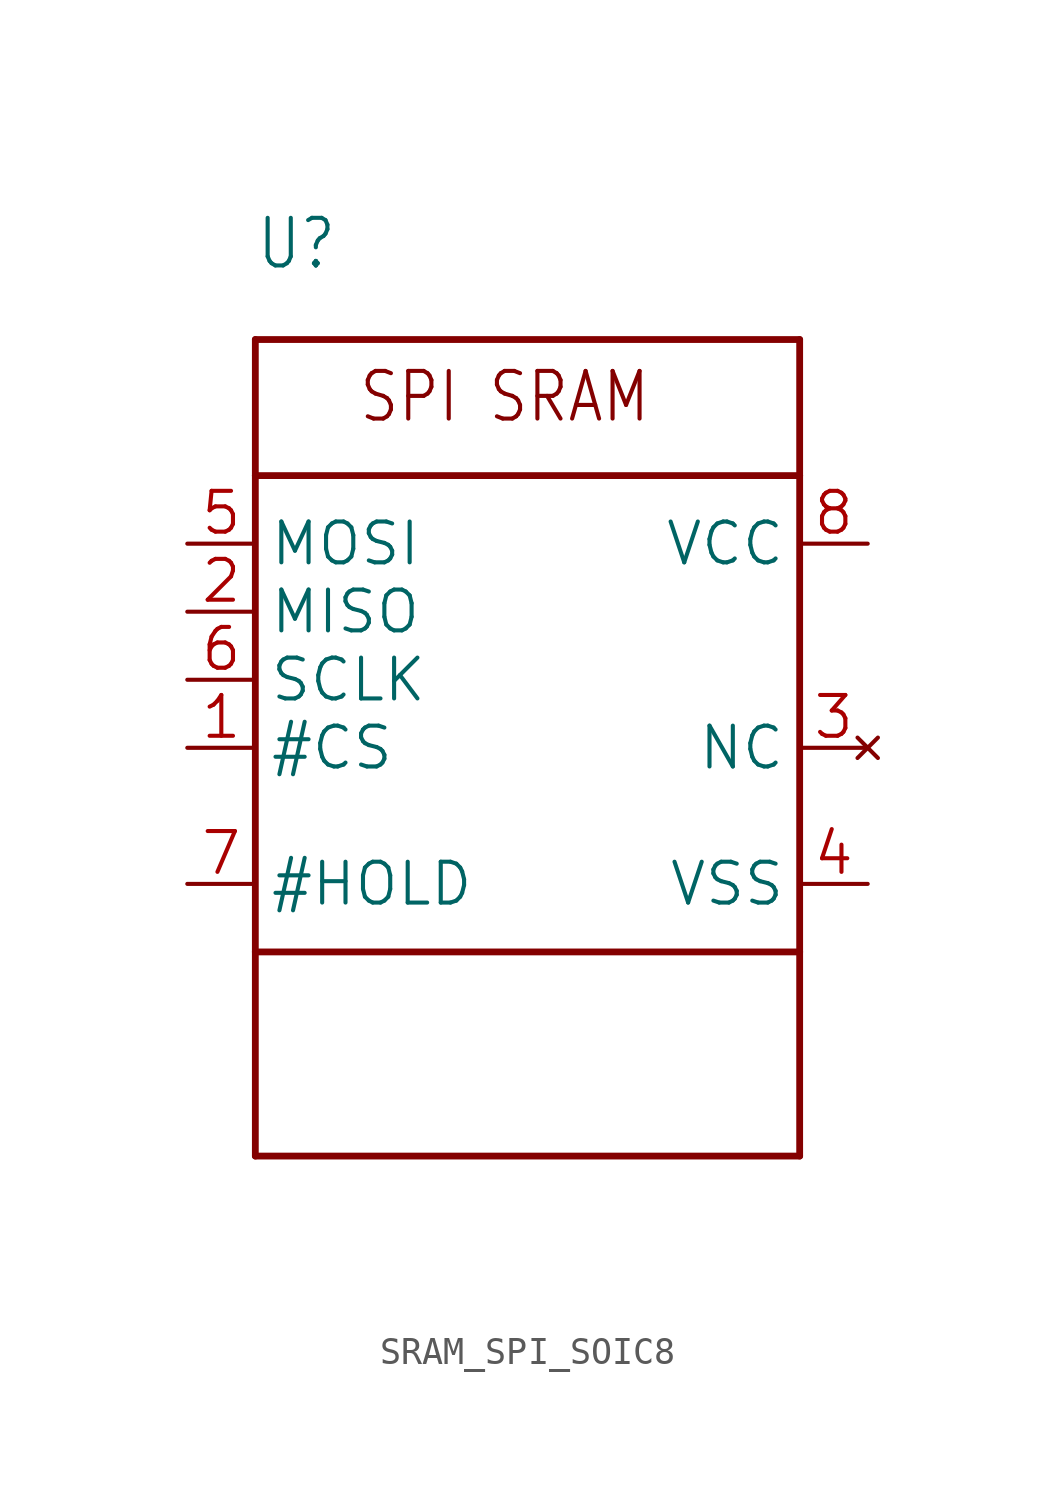
<source format=kicad_sym>
(kicad_symbol_lib
  (version 20241209)
  (generator "kicad_symbol_editor")
  (generator_version "9.0")
  (symbol "SRAM_SPI_SOIC8"
    (property "Reference" "U"
      (at -10.16 17.78 0)
      (effects (font (size 1.778 1.511)) (justify left bottom)))
    (property "Value" ""
      (at -10.16 -17.78 0)
      (effects (font (size 1.778 1.511)) (justify left bottom)))
    (property "ki_locked" ""
      (at 0 0 0)
      (effects (font (size 1.27 1.27))))
    (symbol "SRAM_SPI_SOIC8_1_0"
      (polyline (pts (xy -10.16 15.24) (xy -10.16 10.16)) (stroke (width 0.254) (type solid)) (fill (type none)))
      (polyline (pts (xy -10.16 15.24) (xy 10.16 15.24)) (stroke (width 0.254) (type solid)) (fill (type none)))
      (polyline (pts (xy -10.16 10.16) (xy 10.16 10.16)) (stroke (width 0.254) (type solid)) (fill (type none)))
      (polyline (pts (xy -10.16 -7.62) (xy -10.16 10.16)) (stroke (width 0.254) (type solid)) (fill (type none)))
      (polyline (pts (xy -10.16 -7.62) (xy -10.16 -15.24)) (stroke (width 0.254) (type solid)) (fill (type none)))
      (polyline (pts (xy -10.16 -15.24) (xy 10.16 -15.24)) (stroke (width 0.254) (type solid)) (fill (type none)))
      (polyline (pts (xy 10.16 15.24) (xy 10.16 10.16)) (stroke (width 0.254) (type solid)) (fill (type none)))
      (polyline (pts (xy 10.16 10.16) (xy 10.16 -7.62)) (stroke (width 0.254) (type solid)) (fill (type none)))
      (polyline (pts (xy 10.16 -7.62) (xy -10.16 -7.62)) (stroke (width 0.254) (type solid)) (fill (type none)))
      (polyline (pts (xy 10.16 -7.62) (xy 10.16 -15.24)) (stroke (width 0.254) (type solid)) (fill (type none)))
      (text "SPI SRAM" (at -6.35 12.065 0) (effects (font (size 1.778 1.511)) (justify left bottom)))
      (pin input line (at -12.7 7.62 0) (length 2.54) (name "MOSI" (effects (font (size 1.524 1.524)))) (number "5" (effects (font (size 1.524 1.524)))))
      (pin output line (at -12.7 5.08 0) (length 2.54) (name "MISO" (effects (font (size 1.524 1.524)))) (number "2" (effects (font (size 1.524 1.524)))))
      (pin input line (at -12.7 2.54 0) (length 2.54) (name "SCLK" (effects (font (size 1.524 1.524)))) (number "6" (effects (font (size 1.524 1.524)))))
      (pin input line (at -12.7 0 0) (length 2.54) (name "#CS" (effects (font (size 1.524 1.524)))) (number "1" (effects (font (size 1.524 1.524)))))
      (pin input line (at -12.7 -5.08 0) (length 2.54) (name "#HOLD" (effects (font (size 1.524 1.524)))) (number "7" (effects (font (size 1.524 1.524)))))
      (pin power_in line (at 12.7 7.62 180) (length 2.54) (name "VCC" (effects (font (size 1.524 1.524)))) (number "8" (effects (font (size 1.524 1.524)))))
      (pin no_connect line (at 12.7 0 180) (length 2.54) (name "NC" (effects (font (size 1.524 1.524)))) (number "3" (effects (font (size 1.524 1.524)))))
      (pin power_in line (at 12.7 -5.08 180) (length 2.54) (name "VSS" (effects (font (size 1.524 1.524)))) (number "4" (effects (font (size 1.524 1.524))))))))
</source>
